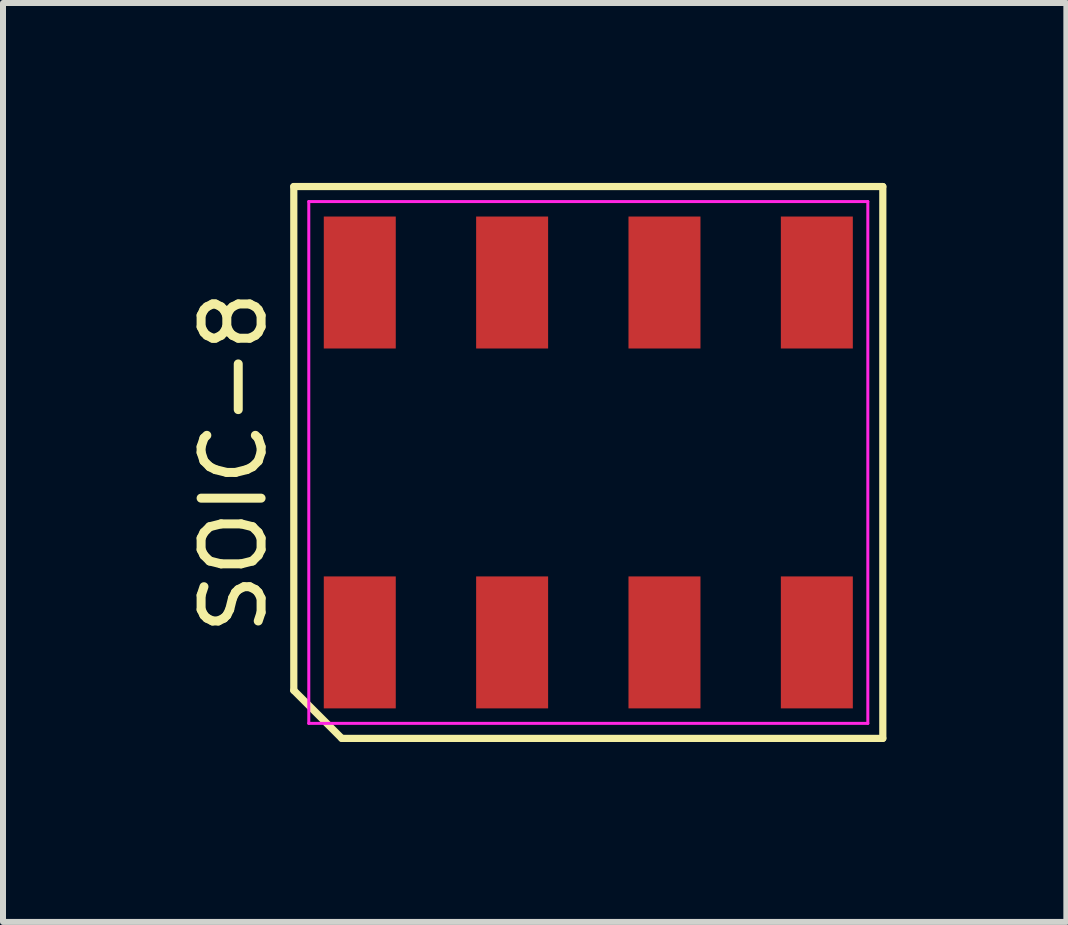
<source format=kicad_pcb>
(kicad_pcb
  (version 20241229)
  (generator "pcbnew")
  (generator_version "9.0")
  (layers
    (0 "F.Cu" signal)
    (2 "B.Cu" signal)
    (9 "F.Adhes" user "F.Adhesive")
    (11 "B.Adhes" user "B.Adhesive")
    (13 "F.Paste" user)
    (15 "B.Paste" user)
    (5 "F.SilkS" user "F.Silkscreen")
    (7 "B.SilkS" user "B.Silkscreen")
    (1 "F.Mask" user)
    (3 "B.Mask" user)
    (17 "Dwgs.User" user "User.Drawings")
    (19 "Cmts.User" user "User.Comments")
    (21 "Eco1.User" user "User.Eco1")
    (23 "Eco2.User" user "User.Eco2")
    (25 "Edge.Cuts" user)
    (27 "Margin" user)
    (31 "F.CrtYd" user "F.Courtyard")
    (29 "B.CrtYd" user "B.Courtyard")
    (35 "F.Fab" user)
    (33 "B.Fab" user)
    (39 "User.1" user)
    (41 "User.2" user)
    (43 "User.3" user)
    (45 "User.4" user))
  (footprint "SOIC-8"
    (layer "F.Cu")
    (at 6.758 4.66)
    (property "Reference" "SOIC-8" (at -5.91 0 90) (layer "F.SilkS") (effects (font (size 1 1) (thickness 0.15))))
    (attr smd)
    (fp_line (start -4.91 -4.6) (end 4.91 -4.6) (stroke (width 0.12) (type solid)) (layer "F.SilkS"))
    (fp_line (start -4.91 3.8) (end -4.91 -4.6) (stroke (width 0.12) (type solid)) (layer "F.SilkS"))
    (fp_line (start -4.11 4.6) (end -4.91 3.8) (stroke (width 0.12) (type solid)) (layer "F.SilkS"))
    (fp_line (start 4.91 -4.6) (end 4.91 4.6) (stroke (width 0.12) (type solid)) (layer "F.SilkS"))
    (fp_line (start 4.91 4.6) (end -4.11 4.6) (stroke (width 0.12) (type solid)) (layer "F.SilkS"))
    (fp_line (start -4.66 -4.35) (end 4.66 -4.35) (stroke (width 0.05) (type solid)) (layer "F.CrtYd"))
    (fp_line (start -4.66 4.35) (end -4.66 -4.35) (stroke (width 0.05) (type solid)) (layer "F.CrtYd"))
    (fp_line (start 4.66 -4.35) (end 4.66 4.35) (stroke (width 0.05) (type solid)) (layer "F.CrtYd"))
    (fp_line (start 4.66 4.35) (end -4.66 4.35) (stroke (width 0.05) (type solid)) (layer "F.CrtYd"))
    (pad "1" smd rect (at -3.81 3) (size 1.2 2.2) (layers "F.Cu" "F.Mask" "F.Paste"))
    (pad "2" smd rect (at -1.27 3) (size 1.2 2.2) (layers "F.Cu" "F.Mask" "F.Paste"))
    (pad "3" smd rect (at 1.27 3) (size 1.2 2.2) (layers "F.Cu" "F.Mask" "F.Paste"))
    (pad "4" smd rect (at 3.81 3) (size 1.2 2.2) (layers "F.Cu" "F.Mask" "F.Paste"))
    (pad "5" smd rect (at 3.81 -3) (size 1.2 2.2) (layers "F.Cu" "F.Mask" "F.Paste"))
    (pad "6" smd rect (at 1.27 -3) (size 1.2 2.2) (layers "F.Cu" "F.Mask" "F.Paste"))
    (pad "7" smd rect (at -1.27 -3) (size 1.2 2.2) (layers "F.Cu" "F.Mask" "F.Paste"))
    (pad "8" smd rect (at -3.81 -3) (size 1.2 2.2) (layers "F.Cu" "F.Mask" "F.Paste")))
  (gr_rect
    (start -3 -3)
    (end 14.728 12.32)
    (stroke (width 0.1) (type default))
    (fill no)
    (layer "Edge.Cuts")))
</source>
